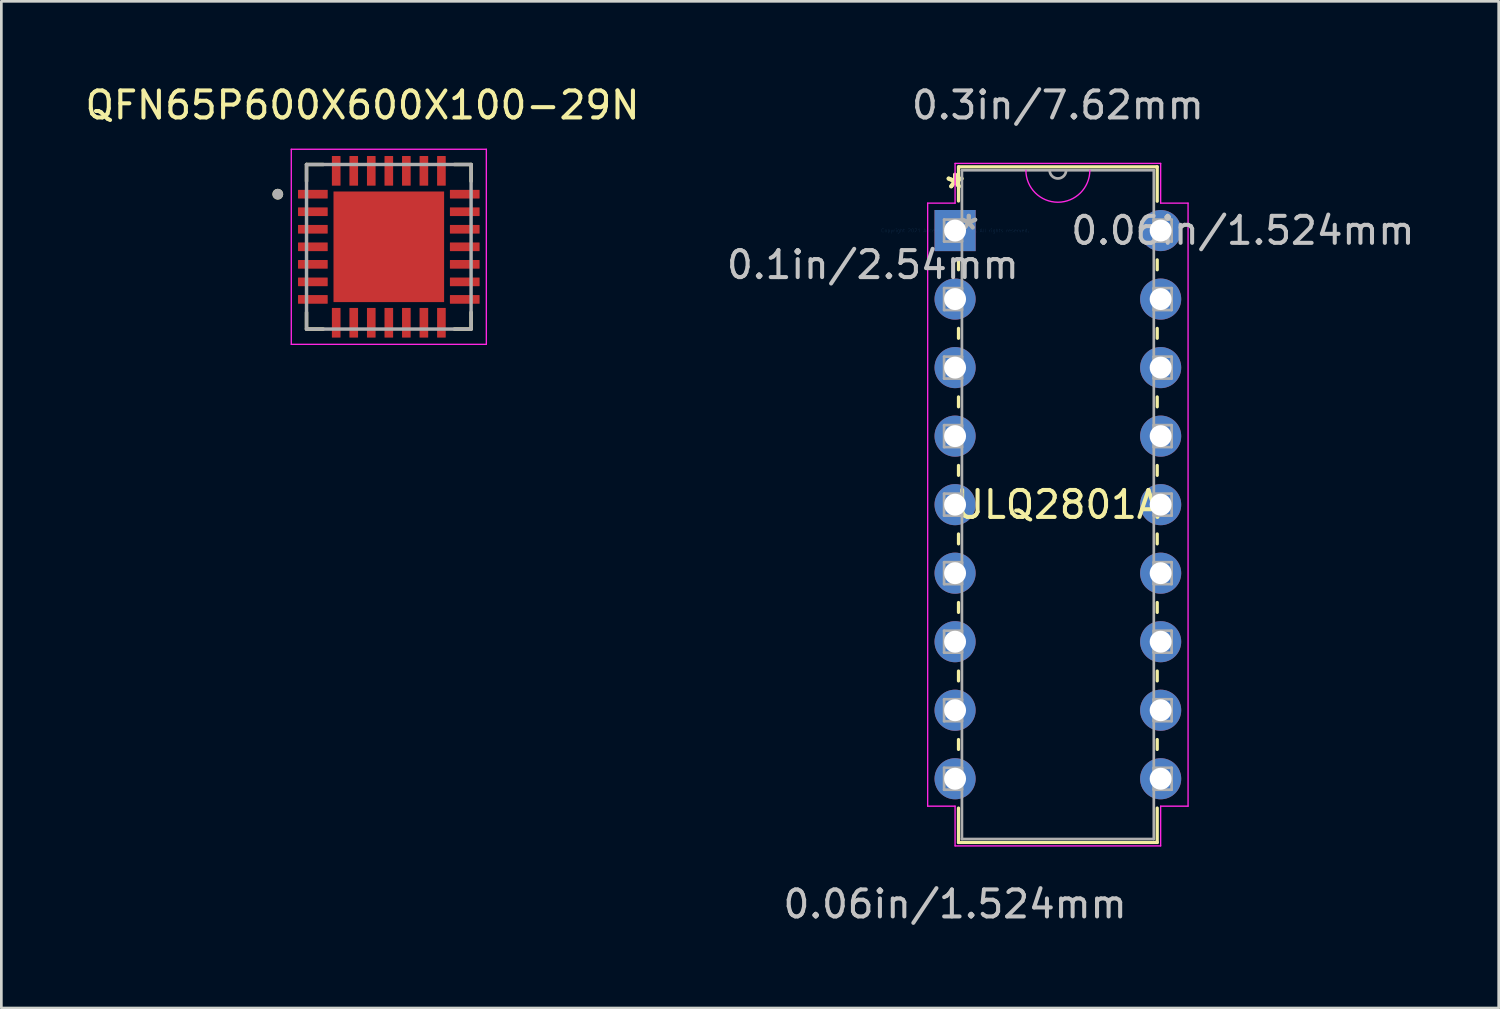
<source format=kicad_pcb>
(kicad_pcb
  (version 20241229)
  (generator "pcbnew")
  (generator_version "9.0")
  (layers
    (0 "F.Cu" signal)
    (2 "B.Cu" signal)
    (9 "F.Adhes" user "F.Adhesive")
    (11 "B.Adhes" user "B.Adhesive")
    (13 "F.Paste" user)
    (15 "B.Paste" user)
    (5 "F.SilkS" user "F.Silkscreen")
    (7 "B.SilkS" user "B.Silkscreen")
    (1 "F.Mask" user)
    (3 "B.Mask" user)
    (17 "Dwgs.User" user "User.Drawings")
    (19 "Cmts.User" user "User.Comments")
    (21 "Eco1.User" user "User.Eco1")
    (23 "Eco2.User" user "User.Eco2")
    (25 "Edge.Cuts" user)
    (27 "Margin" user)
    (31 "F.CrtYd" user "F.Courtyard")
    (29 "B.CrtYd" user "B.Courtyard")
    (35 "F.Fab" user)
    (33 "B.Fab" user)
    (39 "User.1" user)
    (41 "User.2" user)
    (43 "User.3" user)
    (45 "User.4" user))
  (footprint "ULQ2801A"
    (layer "F.Cu")
    (at 32.352 5.496)
    (property "Reference" "ULQ2801A" (at 3.81 10.16 0) (layer "F.SilkS") (effects (font (size 1 1) (thickness 0.15))))
    (attr through_hole)
    (fp_line (start 0.127 -2.362) (end 0.127 -1.095) (stroke (width 0.12) (type solid)) (layer "F.SilkS"))
    (fp_line (start 0.127 1.095) (end 0.127 1.453) (stroke (width 0.12) (type solid)) (layer "F.SilkS"))
    (fp_line (start 0.127 3.627) (end 0.127 3.993) (stroke (width 0.12) (type solid)) (layer "F.SilkS"))
    (fp_line (start 0.127 6.167) (end 0.127 6.533) (stroke (width 0.12) (type solid)) (layer "F.SilkS"))
    (fp_line (start 0.127 8.707) (end 0.127 9.073) (stroke (width 0.12) (type solid)) (layer "F.SilkS"))
    (fp_line (start 0.127 11.247) (end 0.127 11.613) (stroke (width 0.12) (type solid)) (layer "F.SilkS"))
    (fp_line (start 0.127 13.787) (end 0.127 14.153) (stroke (width 0.12) (type solid)) (layer "F.SilkS"))
    (fp_line (start 0.127 16.327) (end 0.127 16.693) (stroke (width 0.12) (type solid)) (layer "F.SilkS"))
    (fp_line (start 0.127 18.867) (end 0.127 19.233) (stroke (width 0.12) (type solid)) (layer "F.SilkS"))
    (fp_line (start 0.127 21.407) (end 0.127 22.682) (stroke (width 0.12) (type solid)) (layer "F.SilkS"))
    (fp_line (start 0.127 22.682) (end 7.493 22.682) (stroke (width 0.12) (type solid)) (layer "F.SilkS"))
    (fp_line (start 7.493 -2.362) (end 0.127 -2.362) (stroke (width 0.12) (type solid)) (layer "F.SilkS"))
    (fp_line (start 7.493 -1.087) (end 7.493 -2.362) (stroke (width 0.12) (type solid)) (layer "F.SilkS"))
    (fp_line (start 7.493 1.453) (end 7.493 1.087) (stroke (width 0.12) (type solid)) (layer "F.SilkS"))
    (fp_line (start 7.493 3.993) (end 7.493 3.627) (stroke (width 0.12) (type solid)) (layer "F.SilkS"))
    (fp_line (start 7.493 6.533) (end 7.493 6.167) (stroke (width 0.12) (type solid)) (layer "F.SilkS"))
    (fp_line (start 7.493 9.073) (end 7.493 8.707) (stroke (width 0.12) (type solid)) (layer "F.SilkS"))
    (fp_line (start 7.493 11.613) (end 7.493 11.247) (stroke (width 0.12) (type solid)) (layer "F.SilkS"))
    (fp_line (start 7.493 14.153) (end 7.493 13.787) (stroke (width 0.12) (type solid)) (layer "F.SilkS"))
    (fp_line (start 7.493 16.693) (end 7.493 16.327) (stroke (width 0.12) (type solid)) (layer "F.SilkS"))
    (fp_line (start 7.493 19.233) (end 7.493 18.867) (stroke (width 0.12) (type solid)) (layer "F.SilkS"))
    (fp_line (start 7.493 22.682) (end 7.493 21.407) (stroke (width 0.12) (type solid)) (layer "F.SilkS"))
    (fp_line (start -1.016 -1.016) (end -1.016 21.336) (stroke (width 0.05) (type solid)) (layer "F.CrtYd"))
    (fp_line (start -1.016 21.336) (end 0 21.336) (stroke (width 0.05) (type solid)) (layer "F.CrtYd"))
    (fp_line (start 0 -2.489) (end 0 -1.016) (stroke (width 0.05) (type solid)) (layer "F.CrtYd"))
    (fp_line (start 0 -1.016) (end -1.016 -1.016) (stroke (width 0.05) (type solid)) (layer "F.CrtYd"))
    (fp_line (start 0 21.336) (end 0 22.809) (stroke (width 0.05) (type solid)) (layer "F.CrtYd"))
    (fp_line (start 0 22.809) (end 7.62 22.809) (stroke (width 0.05) (type solid)) (layer "F.CrtYd"))
    (fp_line (start 7.62 -2.489) (end 0 -2.489) (stroke (width 0.05) (type solid)) (layer "F.CrtYd"))
    (fp_line (start 7.62 -1.016) (end 7.62 -2.489) (stroke (width 0.05) (type solid)) (layer "F.CrtYd"))
    (fp_line (start 7.62 21.336) (end 8.636 21.336) (stroke (width 0.05) (type solid)) (layer "F.CrtYd"))
    (fp_line (start 7.62 22.809) (end 7.62 21.336) (stroke (width 0.05) (type solid)) (layer "F.CrtYd"))
    (fp_line (start 8.636 -1.016) (end 7.62 -1.016) (stroke (width 0.05) (type solid)) (layer "F.CrtYd"))
    (fp_line (start 8.636 21.336) (end 8.636 -1.016) (stroke (width 0.05) (type solid)) (layer "F.CrtYd"))
    (fp_arc (start 4.995333 -2.2352) (mid 3.81 -1.049867) (end 2.624667 -2.2352) (stroke (width 0.05) (type solid)) (layer "F.CrtYd"))
    (fp_line (start -0.406 -0.406) (end -0.406 0.406) (stroke (width 0.1) (type solid)) (layer "F.Fab"))
    (fp_line (start -0.406 0.406) (end 0.254 0.406) (stroke (width 0.1) (type solid)) (layer "F.Fab"))
    (fp_line (start -0.406 2.134) (end -0.406 2.946) (stroke (width 0.1) (type solid)) (layer "F.Fab"))
    (fp_line (start -0.406 2.946) (end 0.254 2.946) (stroke (width 0.1) (type solid)) (layer "F.Fab"))
    (fp_line (start -0.406 4.674) (end -0.406 5.486) (stroke (width 0.1) (type solid)) (layer "F.Fab"))
    (fp_line (start -0.406 5.486) (end 0.254 5.486) (stroke (width 0.1) (type solid)) (layer "F.Fab"))
    (fp_line (start -0.406 7.214) (end -0.406 8.026) (stroke (width 0.1) (type solid)) (layer "F.Fab"))
    (fp_line (start -0.406 8.026) (end 0.254 8.026) (stroke (width 0.1) (type solid)) (layer "F.Fab"))
    (fp_line (start -0.406 9.754) (end -0.406 10.566) (stroke (width 0.1) (type solid)) (layer "F.Fab"))
    (fp_line (start -0.406 10.566) (end 0.254 10.566) (stroke (width 0.1) (type solid)) (layer "F.Fab"))
    (fp_line (start -0.406 12.294) (end -0.406 13.106) (stroke (width 0.1) (type solid)) (layer "F.Fab"))
    (fp_line (start -0.406 13.106) (end 0.254 13.106) (stroke (width 0.1) (type solid)) (layer "F.Fab"))
    (fp_line (start -0.406 14.834) (end -0.406 15.646) (stroke (width 0.1) (type solid)) (layer "F.Fab"))
    (fp_line (start -0.406 15.646) (end 0.254 15.646) (stroke (width 0.1) (type solid)) (layer "F.Fab"))
    (fp_line (start -0.406 17.374) (end -0.406 18.186) (stroke (width 0.1) (type solid)) (layer "F.Fab"))
    (fp_line (start -0.406 18.186) (end 0.254 18.186) (stroke (width 0.1) (type solid)) (layer "F.Fab"))
    (fp_line (start -0.406 19.914) (end -0.406 20.726) (stroke (width 0.1) (type solid)) (layer "F.Fab"))
    (fp_line (start -0.406 20.726) (end 0.254 20.726) (stroke (width 0.1) (type solid)) (layer "F.Fab"))
    (fp_line (start 0.254 -2.235) (end 0.254 22.555) (stroke (width 0.1) (type solid)) (layer "F.Fab"))
    (fp_line (start 0.254 -0.406) (end -0.406 -0.406) (stroke (width 0.1) (type solid)) (layer "F.Fab"))
    (fp_line (start 0.254 0.406) (end 0.254 -0.406) (stroke (width 0.1) (type solid)) (layer "F.Fab"))
    (fp_line (start 0.254 2.134) (end -0.406 2.134) (stroke (width 0.1) (type solid)) (layer "F.Fab"))
    (fp_line (start 0.254 2.946) (end 0.254 2.134) (stroke (width 0.1) (type solid)) (layer "F.Fab"))
    (fp_line (start 0.254 4.674) (end -0.406 4.674) (stroke (width 0.1) (type solid)) (layer "F.Fab"))
    (fp_line (start 0.254 5.486) (end 0.254 4.674) (stroke (width 0.1) (type solid)) (layer "F.Fab"))
    (fp_line (start 0.254 7.214) (end -0.406 7.214) (stroke (width 0.1) (type solid)) (layer "F.Fab"))
    (fp_line (start 0.254 8.026) (end 0.254 7.214) (stroke (width 0.1) (type solid)) (layer "F.Fab"))
    (fp_line (start 0.254 9.754) (end -0.406 9.754) (stroke (width 0.1) (type solid)) (layer "F.Fab"))
    (fp_line (start 0.254 10.566) (end 0.254 9.754) (stroke (width 0.1) (type solid)) (layer "F.Fab"))
    (fp_line (start 0.254 12.294) (end -0.406 12.294) (stroke (width 0.1) (type solid)) (layer "F.Fab"))
    (fp_line (start 0.254 13.106) (end 0.254 12.294) (stroke (width 0.1) (type solid)) (layer "F.Fab"))
    (fp_line (start 0.254 14.834) (end -0.406 14.834) (stroke (width 0.1) (type solid)) (layer "F.Fab"))
    (fp_line (start 0.254 15.646) (end 0.254 14.834) (stroke (width 0.1) (type solid)) (layer "F.Fab"))
    (fp_line (start 0.254 17.374) (end -0.406 17.374) (stroke (width 0.1) (type solid)) (layer "F.Fab"))
    (fp_line (start 0.254 18.186) (end 0.254 17.374) (stroke (width 0.1) (type solid)) (layer "F.Fab"))
    (fp_line (start 0.254 19.914) (end -0.406 19.914) (stroke (width 0.1) (type solid)) (layer "F.Fab"))
    (fp_line (start 0.254 20.726) (end 0.254 19.914) (stroke (width 0.1) (type solid)) (layer "F.Fab"))
    (fp_line (start 0.254 22.555) (end 7.366 22.555) (stroke (width 0.1) (type solid)) (layer "F.Fab"))
    (fp_line (start 7.366 -2.235) (end 0.254 -2.235) (stroke (width 0.1) (type solid)) (layer "F.Fab"))
    (fp_line (start 7.366 -0.406) (end 7.366 0.406) (stroke (width 0.1) (type solid)) (layer "F.Fab"))
    (fp_line (start 7.366 0.406) (end 8.026 0.406) (stroke (width 0.1) (type solid)) (layer "F.Fab"))
    (fp_line (start 7.366 2.134) (end 7.366 2.946) (stroke (width 0.1) (type solid)) (layer "F.Fab"))
    (fp_line (start 7.366 2.946) (end 8.026 2.946) (stroke (width 0.1) (type solid)) (layer "F.Fab"))
    (fp_line (start 7.366 4.674) (end 7.366 5.486) (stroke (width 0.1) (type solid)) (layer "F.Fab"))
    (fp_line (start 7.366 5.486) (end 8.026 5.486) (stroke (width 0.1) (type solid)) (layer "F.Fab"))
    (fp_line (start 7.366 7.214) (end 7.366 8.026) (stroke (width 0.1) (type solid)) (layer "F.Fab"))
    (fp_line (start 7.366 8.026) (end 8.026 8.026) (stroke (width 0.1) (type solid)) (layer "F.Fab"))
    (fp_line (start 7.366 9.754) (end 7.366 10.566) (stroke (width 0.1) (type solid)) (layer "F.Fab"))
    (fp_line (start 7.366 10.566) (end 8.026 10.566) (stroke (width 0.1) (type solid)) (layer "F.Fab"))
    (fp_line (start 7.366 12.294) (end 7.366 13.106) (stroke (width 0.1) (type solid)) (layer "F.Fab"))
    (fp_line (start 7.366 13.106) (end 8.026 13.106) (stroke (width 0.1) (type solid)) (layer "F.Fab"))
    (fp_line (start 7.366 14.834) (end 7.366 15.646) (stroke (width 0.1) (type solid)) (layer "F.Fab"))
    (fp_line (start 7.366 15.646) (end 8.026 15.646) (stroke (width 0.1) (type solid)) (layer "F.Fab"))
    (fp_line (start 7.366 17.374) (end 7.366 18.186) (stroke (width 0.1) (type solid)) (layer "F.Fab"))
    (fp_line (start 7.366 18.186) (end 8.026 18.186) (stroke (width 0.1) (type solid)) (layer "F.Fab"))
    (fp_line (start 7.366 19.914) (end 7.366 20.726) (stroke (width 0.1) (type solid)) (layer "F.Fab"))
    (fp_line (start 7.366 20.726) (end 8.026 20.726) (stroke (width 0.1) (type solid)) (layer "F.Fab"))
    (fp_line (start 7.366 22.555) (end 7.366 -2.235) (stroke (width 0.1) (type solid)) (layer "F.Fab"))
    (fp_line (start 8.026 -0.406) (end 7.366 -0.406) (stroke (width 0.1) (type solid)) (layer "F.Fab"))
    (fp_line (start 8.026 0.406) (end 8.026 -0.406) (stroke (width 0.1) (type solid)) (layer "F.Fab"))
    (fp_line (start 8.026 2.134) (end 7.366 2.134) (stroke (width 0.1) (type solid)) (layer "F.Fab"))
    (fp_line (start 8.026 2.946) (end 8.026 2.134) (stroke (width 0.1) (type solid)) (layer "F.Fab"))
    (fp_line (start 8.026 4.674) (end 7.366 4.674) (stroke (width 0.1) (type solid)) (layer "F.Fab"))
    (fp_line (start 8.026 5.486) (end 8.026 4.674) (stroke (width 0.1) (type solid)) (layer "F.Fab"))
    (fp_line (start 8.026 7.214) (end 7.366 7.214) (stroke (width 0.1) (type solid)) (layer "F.Fab"))
    (fp_line (start 8.026 8.026) (end 8.026 7.214) (stroke (width 0.1) (type solid)) (layer "F.Fab"))
    (fp_line (start 8.026 9.754) (end 7.366 9.754) (stroke (width 0.1) (type solid)) (layer "F.Fab"))
    (fp_line (start 8.026 10.566) (end 8.026 9.754) (stroke (width 0.1) (type solid)) (layer "F.Fab"))
    (fp_line (start 8.026 12.294) (end 7.366 12.294) (stroke (width 0.1) (type solid)) (layer "F.Fab"))
    (fp_line (start 8.026 13.106) (end 8.026 12.294) (stroke (width 0.1) (type solid)) (layer "F.Fab"))
    (fp_line (start 8.026 14.834) (end 7.366 14.834) (stroke (width 0.1) (type solid)) (layer "F.Fab"))
    (fp_line (start 8.026 15.646) (end 8.026 14.834) (stroke (width 0.1) (type solid)) (layer "F.Fab"))
    (fp_line (start 8.026 17.374) (end 7.366 17.374) (stroke (width 0.1) (type solid)) (layer "F.Fab"))
    (fp_line (start 8.026 18.186) (end 8.026 17.374) (stroke (width 0.1) (type solid)) (layer "F.Fab"))
    (fp_line (start 8.026 19.914) (end 7.366 19.914) (stroke (width 0.1) (type solid)) (layer "F.Fab"))
    (fp_line (start 8.026 20.726) (end 8.026 19.914) (stroke (width 0.1) (type solid)) (layer "F.Fab"))
    (fp_arc (start 4.1148 -2.2352) (mid 3.81 -1.9304) (end 3.5052 -2.2352) (stroke (width 0.1) (type solid)) (layer "F.Fab"))
    (fp_text user "*" (at 0 -1.524 0) (layer "F.SilkS") (effects (font (size 1 1) (thickness 0.15))))
    (fp_text user "*" (at 0 -1.524 0) (layer "F.SilkS") (effects (font (size 1 1) (thickness 0.15))))
    (fp_text user "0.06in/1.524mm" (at 0 24.968 0) (layer "Dwgs.User") (effects (font (size 1 1) (thickness 0.15))))
    (fp_text user "0.3in/7.62mm" (at 3.81 -4.648 0) (layer "Dwgs.User") (effects (font (size 1 1) (thickness 0.15))))
    (fp_text user "0.1in/2.54mm" (at -3.048 1.27 0) (layer "Dwgs.User") (effects (font (size 1 1) (thickness 0.15))))
    (fp_text user "0.06in/1.524mm" (at 10.668 0 0) (layer "Dwgs.User") (effects (font (size 1 1) (thickness 0.15))))
    (fp_text user "Copyright 2021 Accelerated Designs. All rights reserved." (at 0 0 0) (layer "Cmts.User") (effects (font (size 0.127 0.127) (thickness 0.002))))
    (fp_text user "*" (at 0.508 0 0) (layer "F.Fab") (effects (font (size 1 1) (thickness 0.15))))
    (fp_text user "*" (at 0.508 0 0) (layer "F.Fab") (effects (font (size 1 1) (thickness 0.15))))
    (pad "1" thru_hole rect (at 0 0) (size 1.524 1.524) (drill 0.813) (layers "*.Cu" "*.Mask"))
    (pad "2" thru_hole circle (at 0 2.54) (size 1.524 1.524) (drill 0.813) (layers "*.Cu" "*.Mask"))
    (pad "3" thru_hole circle (at 0 5.08) (size 1.524 1.524) (drill 0.813) (layers "*.Cu" "*.Mask"))
    (pad "4" thru_hole circle (at 0 7.62) (size 1.524 1.524) (drill 0.813) (layers "*.Cu" "*.Mask"))
    (pad "5" thru_hole circle (at 0 10.16) (size 1.524 1.524) (drill 0.813) (layers "*.Cu" "*.Mask"))
    (pad "6" thru_hole circle (at 0 12.7) (size 1.524 1.524) (drill 0.813) (layers "*.Cu" "*.Mask"))
    (pad "7" thru_hole circle (at 0 15.24) (size 1.524 1.524) (drill 0.813) (layers "*.Cu" "*.Mask"))
    (pad "8" thru_hole circle (at 0 17.78) (size 1.524 1.524) (drill 0.813) (layers "*.Cu" "*.Mask"))
    (pad "9" thru_hole circle (at 0 20.32) (size 1.524 1.524) (drill 0.813) (layers "*.Cu" "*.Mask"))
    (pad "10" thru_hole circle (at 7.62 20.32) (size 1.524 1.524) (drill 0.813) (layers "*.Cu" "*.Mask"))
    (pad "11" thru_hole circle (at 7.62 17.78) (size 1.524 1.524) (drill 0.813) (layers "*.Cu" "*.Mask"))
    (pad "12" thru_hole circle (at 7.62 15.24) (size 1.524 1.524) (drill 0.813) (layers "*.Cu" "*.Mask"))
    (pad "13" thru_hole circle (at 7.62 12.7) (size 1.524 1.524) (drill 0.813) (layers "*.Cu" "*.Mask"))
    (pad "14" thru_hole circle (at 7.62 10.16) (size 1.524 1.524) (drill 0.813) (layers "*.Cu" "*.Mask"))
    (pad "15" thru_hole circle (at 7.62 7.62) (size 1.524 1.524) (drill 0.813) (layers "*.Cu" "*.Mask"))
    (pad "16" thru_hole circle (at 7.62 5.08) (size 1.524 1.524) (drill 0.813) (layers "*.Cu" "*.Mask"))
    (pad "17" thru_hole circle (at 7.62 2.54) (size 1.524 1.524) (drill 0.813) (layers "*.Cu" "*.Mask"))
    (pad "18" thru_hole circle (at 7.62 0) (size 1.524 1.524) (drill 0.813) (layers "*.Cu" "*.Mask")))
  (footprint "QFN65P600X600X100-29N"
    (layer "F.Cu")
    (at 11.362 6.098)
    (property "Reference" "QFN65P600X600X100-29N" (at -0.975 -5.25 0) (layer "F.SilkS") (effects (font (size 1 1) (thickness 0.15))))
    (attr through_hole)
    (fp_line (start -3.05 -3.05) (end -3.05 -2.43) (stroke (width 0.127) (type solid)) (layer "F.SilkS"))
    (fp_line (start -3.05 -3.05) (end -2.43 -3.05) (stroke (width 0.127) (type solid)) (layer "F.SilkS"))
    (fp_line (start -3.05 3.05) (end -3.05 2.43) (stroke (width 0.127) (type solid)) (layer "F.SilkS"))
    (fp_line (start -3.05 3.05) (end -2.43 3.05) (stroke (width 0.127) (type solid)) (layer "F.SilkS"))
    (fp_line (start 3.05 -3.05) (end 2.43 -3.05) (stroke (width 0.127) (type solid)) (layer "F.SilkS"))
    (fp_line (start 3.05 -3.05) (end 3.05 -2.43) (stroke (width 0.127) (type solid)) (layer "F.SilkS"))
    (fp_line (start 3.05 3.05) (end 2.43 3.05) (stroke (width 0.127) (type solid)) (layer "F.SilkS"))
    (fp_line (start 3.05 3.05) (end 3.05 2.43) (stroke (width 0.127) (type solid)) (layer "F.SilkS"))
    (fp_circle (center -4.115 -1.95) (end -4.015 -1.95) (stroke (width 0.2) (type solid)) (fill no) (layer "F.SilkS"))
    (fp_poly (pts (xy -1.675 -1.675) (xy -0.375 -1.675) (xy -0.375 -0.375) (xy -1.675 -0.375)) (stroke (width 0.01) (type solid)) (fill yes) (layer "F.Paste"))
    (fp_poly (pts (xy -1.675 0.375) (xy -0.375 0.375) (xy -0.375 1.675) (xy -1.675 1.675)) (stroke (width 0.01) (type solid)) (fill yes) (layer "F.Paste"))
    (fp_poly (pts (xy 0.375 -1.675) (xy 1.675 -1.675) (xy 1.675 -0.375) (xy 0.375 -0.375)) (stroke (width 0.01) (type solid)) (fill yes) (layer "F.Paste"))
    (fp_poly (pts (xy 0.375 0.375) (xy 1.675 0.375) (xy 1.675 1.675) (xy 0.375 1.675)) (stroke (width 0.01) (type solid)) (fill yes) (layer "F.Paste"))
    (fp_line (start -3.615 -3.615) (end 3.615 -3.615) (stroke (width 0.05) (type solid)) (layer "F.CrtYd"))
    (fp_line (start -3.615 3.615) (end -3.615 -3.615) (stroke (width 0.05) (type solid)) (layer "F.CrtYd"))
    (fp_line (start -3.615 3.615) (end 3.615 3.615) (stroke (width 0.05) (type solid)) (layer "F.CrtYd"))
    (fp_line (start 3.615 3.615) (end 3.615 -3.615) (stroke (width 0.05) (type solid)) (layer "F.CrtYd"))
    (fp_line (start -3.05 3.05) (end -3.05 -3.05) (stroke (width 0.127) (type solid)) (layer "F.Fab"))
    (fp_line (start 3.05 -3.05) (end -3.05 -3.05) (stroke (width 0.127) (type solid)) (layer "F.Fab"))
    (fp_line (start 3.05 3.05) (end -3.05 3.05) (stroke (width 0.127) (type solid)) (layer "F.Fab"))
    (fp_line (start 3.05 3.05) (end 3.05 -3.05) (stroke (width 0.127) (type solid)) (layer "F.Fab"))
    (fp_circle (center -4.115 -1.95) (end -4.015 -1.95) (stroke (width 0.2) (type solid)) (fill no) (layer "F.Fab"))
    (pad "1" smd roundrect (at -2.815 -1.95) (size 1.1 0.32) (layers "F.Cu" "F.Mask" "F.Paste") (roundrect_rratio 0.04))
    (pad "2" smd roundrect (at -2.815 -1.3) (size 1.1 0.32) (layers "F.Cu" "F.Mask" "F.Paste") (roundrect_rratio 0.04))
    (pad "3" smd roundrect (at -2.815 -0.65) (size 1.1 0.32) (layers "F.Cu" "F.Mask" "F.Paste") (roundrect_rratio 0.04))
    (pad "4" smd roundrect (at -2.815 0) (size 1.1 0.32) (layers "F.Cu" "F.Mask" "F.Paste") (roundrect_rratio 0.04))
    (pad "5" smd roundrect (at -2.815 0.65) (size 1.1 0.32) (layers "F.Cu" "F.Mask" "F.Paste") (roundrect_rratio 0.04))
    (pad "6" smd roundrect (at -2.815 1.3) (size 1.1 0.32) (layers "F.Cu" "F.Mask" "F.Paste") (roundrect_rratio 0.04))
    (pad "7" smd roundrect (at -2.815 1.95) (size 1.1 0.32) (layers "F.Cu" "F.Mask" "F.Paste") (roundrect_rratio 0.04))
    (pad "8" smd roundrect (at -1.95 2.815) (size 0.32 1.1) (layers "F.Cu" "F.Mask" "F.Paste") (roundrect_rratio 0.04))
    (pad "9" smd roundrect (at -1.3 2.815) (size 0.32 1.1) (layers "F.Cu" "F.Mask" "F.Paste") (roundrect_rratio 0.04))
    (pad "10" smd roundrect (at -0.65 2.815) (size 0.32 1.1) (layers "F.Cu" "F.Mask" "F.Paste") (roundrect_rratio 0.04))
    (pad "11" smd roundrect (at 0 2.815) (size 0.32 1.1) (layers "F.Cu" "F.Mask" "F.Paste") (roundrect_rratio 0.04))
    (pad "12" smd roundrect (at 0.65 2.815) (size 0.32 1.1) (layers "F.Cu" "F.Mask" "F.Paste") (roundrect_rratio 0.04))
    (pad "13" smd roundrect (at 1.3 2.815) (size 0.32 1.1) (layers "F.Cu" "F.Mask" "F.Paste") (roundrect_rratio 0.04))
    (pad "14" smd roundrect (at 1.95 2.815) (size 0.32 1.1) (layers "F.Cu" "F.Mask" "F.Paste") (roundrect_rratio 0.04))
    (pad "15" smd roundrect (at 2.815 1.95) (size 1.1 0.32) (layers "F.Cu" "F.Mask" "F.Paste") (roundrect_rratio 0.04))
    (pad "16" smd roundrect (at 2.815 1.3) (size 1.1 0.32) (layers "F.Cu" "F.Mask" "F.Paste") (roundrect_rratio 0.04))
    (pad "17" smd roundrect (at 2.815 0.65) (size 1.1 0.32) (layers "F.Cu" "F.Mask" "F.Paste") (roundrect_rratio 0.04))
    (pad "18" smd roundrect (at 2.815 0) (size 1.1 0.32) (layers "F.Cu" "F.Mask" "F.Paste") (roundrect_rratio 0.04))
    (pad "19" smd roundrect (at 2.815 -0.65) (size 1.1 0.32) (layers "F.Cu" "F.Mask" "F.Paste") (roundrect_rratio 0.04))
    (pad "20" smd roundrect (at 2.815 -1.3) (size 1.1 0.32) (layers "F.Cu" "F.Mask" "F.Paste") (roundrect_rratio 0.04))
    (pad "21" smd roundrect (at 2.815 -1.95) (size 1.1 0.32) (layers "F.Cu" "F.Mask" "F.Paste") (roundrect_rratio 0.04))
    (pad "22" smd roundrect (at 1.95 -2.815) (size 0.32 1.1) (layers "F.Cu" "F.Mask" "F.Paste") (roundrect_rratio 0.04))
    (pad "23" smd roundrect (at 1.3 -2.815) (size 0.32 1.1) (layers "F.Cu" "F.Mask" "F.Paste") (roundrect_rratio 0.04))
    (pad "24" smd roundrect (at 0.65 -2.815) (size 0.32 1.1) (layers "F.Cu" "F.Mask" "F.Paste") (roundrect_rratio 0.04))
    (pad "25" smd roundrect (at 0 -2.815) (size 0.32 1.1) (layers "F.Cu" "F.Mask" "F.Paste") (roundrect_rratio 0.04))
    (pad "26" smd roundrect (at -0.65 -2.815) (size 0.32 1.1) (layers "F.Cu" "F.Mask" "F.Paste") (roundrect_rratio 0.04))
    (pad "27" smd roundrect (at -1.3 -2.815) (size 0.32 1.1) (layers "F.Cu" "F.Mask" "F.Paste") (roundrect_rratio 0.04))
    (pad "28" smd roundrect (at -1.95 -2.815) (size 0.32 1.1) (layers "F.Cu" "F.Mask" "F.Paste") (roundrect_rratio 0.04))
    (pad "29" smd rect (at 0 0) (size 4.1 4.1) (layers "F.Cu" "F.Mask")))
  (gr_rect
    (start -3 -3)
    (end 52.502 34.313)
    (stroke (width 0.1) (type default))
    (fill no)
    (layer "Edge.Cuts")))
</source>
